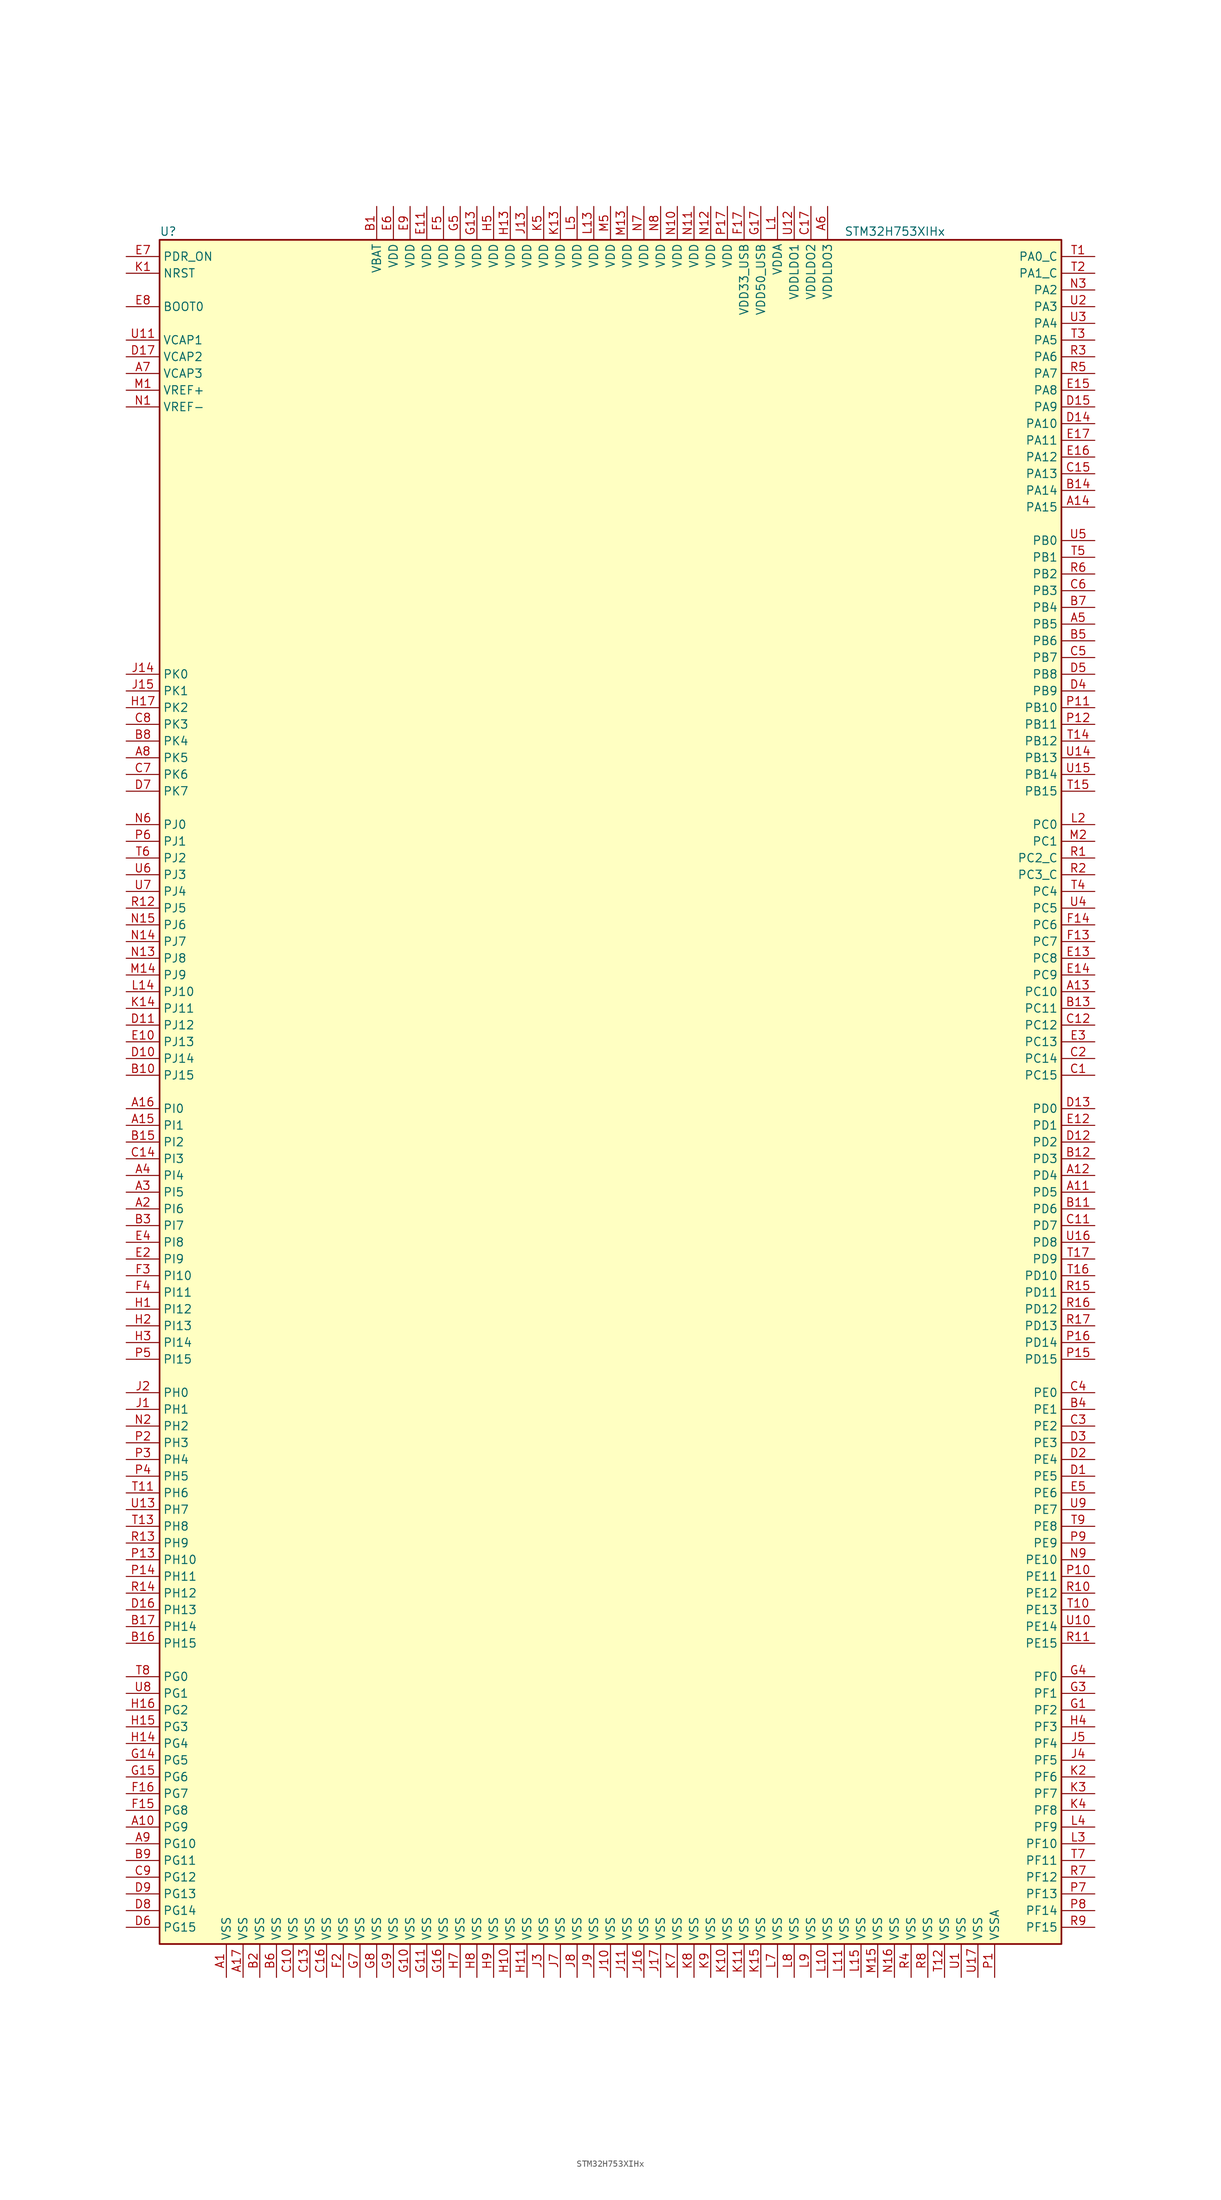
<source format=kicad_sym>
(kicad_symbol_lib
  (version 20211014)
  (generator kicad_symbol_editor)
  (symbol "STM32H753XIHx"
    (property "Reference" "U"
      (at -68.58 130.81 0)
      (effects (font (size 1.27 1.27)) (justify left)))
    (property "Value" "STM32H753XIHx"
      (at 35.56 130.81 0)
      (effects (font (size 1.27 1.27)) (justify left)))
    (symbol "STM32H753XIHx_0_1"
      (rectangle (start -68.58 -129.54) (end 68.58 129.54) (stroke (width 0.254) (type default) (color 0 0 0 0)) (fill (type background))))
    (symbol "STM32H753XIHx_1_1"
      (pin power_in line (at -58.42 -134.62 90) (length 5.08) (name "VSS" (effects (font (size 1.27 1.27)))) (number "A1" (effects (font (size 1.27 1.27)))))
      (pin bidirectional line (at -73.66 -111.76 0) (length 5.08) (name "PG9" (effects (font (size 1.27 1.27)))) (number "A10" (effects (font (size 1.27 1.27)))))
      (pin bidirectional line (at 73.66 -15.24 180) (length 5.08) (name "PD5" (effects (font (size 1.27 1.27)))) (number "A11" (effects (font (size 1.27 1.27)))))
      (pin bidirectional line (at 73.66 -12.7 180) (length 5.08) (name "PD4" (effects (font (size 1.27 1.27)))) (number "A12" (effects (font (size 1.27 1.27)))))
      (pin bidirectional line (at 73.66 15.24 180) (length 5.08) (name "PC10" (effects (font (size 1.27 1.27)))) (number "A13" (effects (font (size 1.27 1.27)))))
      (pin bidirectional line (at 73.66 88.9 180) (length 5.08) (name "PA15" (effects (font (size 1.27 1.27)))) (number "A14" (effects (font (size 1.27 1.27)))))
      (pin bidirectional line (at -73.66 -5.08 0) (length 5.08) (name "PI1" (effects (font (size 1.27 1.27)))) (number "A15" (effects (font (size 1.27 1.27)))))
      (pin bidirectional line (at -73.66 -2.54 0) (length 5.08) (name "PI0" (effects (font (size 1.27 1.27)))) (number "A16" (effects (font (size 1.27 1.27)))))
      (pin power_in line (at -55.88 -134.62 90) (length 5.08) (name "VSS" (effects (font (size 1.27 1.27)))) (number "A17" (effects (font (size 1.27 1.27)))))
      (pin bidirectional line (at -73.66 -17.78 0) (length 5.08) (name "PI6" (effects (font (size 1.27 1.27)))) (number "A2" (effects (font (size 1.27 1.27)))))
      (pin bidirectional line (at -73.66 -15.24 0) (length 5.08) (name "PI5" (effects (font (size 1.27 1.27)))) (number "A3" (effects (font (size 1.27 1.27)))))
      (pin bidirectional line (at -73.66 -12.7 0) (length 5.08) (name "PI4" (effects (font (size 1.27 1.27)))) (number "A4" (effects (font (size 1.27 1.27)))))
      (pin bidirectional line (at 73.66 71.12 180) (length 5.08) (name "PB5" (effects (font (size 1.27 1.27)))) (number "A5" (effects (font (size 1.27 1.27)))))
      (pin power_in line (at 33.02 134.62 270) (length 5.08) (name "VDDLDO3" (effects (font (size 1.27 1.27)))) (number "A6" (effects (font (size 1.27 1.27)))))
      (pin power_in line (at -73.66 109.22 0) (length 5.08) (name "VCAP3" (effects (font (size 1.27 1.27)))) (number "A7" (effects (font (size 1.27 1.27)))))
      (pin bidirectional line (at -73.66 50.8 0) (length 5.08) (name "PK5" (effects (font (size 1.27 1.27)))) (number "A8" (effects (font (size 1.27 1.27)))))
      (pin bidirectional line (at -73.66 -114.3 0) (length 5.08) (name "PG10" (effects (font (size 1.27 1.27)))) (number "A9" (effects (font (size 1.27 1.27)))))
      (pin power_in line (at -35.56 134.62 270) (length 5.08) (name "VBAT" (effects (font (size 1.27 1.27)))) (number "B1" (effects (font (size 1.27 1.27)))))
      (pin bidirectional line (at -73.66 2.54 0) (length 5.08) (name "PJ15" (effects (font (size 1.27 1.27)))) (number "B10" (effects (font (size 1.27 1.27)))))
      (pin bidirectional line (at 73.66 -17.78 180) (length 5.08) (name "PD6" (effects (font (size 1.27 1.27)))) (number "B11" (effects (font (size 1.27 1.27)))))
      (pin bidirectional line (at 73.66 -10.16 180) (length 5.08) (name "PD3" (effects (font (size 1.27 1.27)))) (number "B12" (effects (font (size 1.27 1.27)))))
      (pin bidirectional line (at 73.66 12.7 180) (length 5.08) (name "PC11" (effects (font (size 1.27 1.27)))) (number "B13" (effects (font (size 1.27 1.27)))))
      (pin bidirectional line (at 73.66 91.44 180) (length 5.08) (name "PA14" (effects (font (size 1.27 1.27)))) (number "B14" (effects (font (size 1.27 1.27)))))
      (pin bidirectional line (at -73.66 -7.62 0) (length 5.08) (name "PI2" (effects (font (size 1.27 1.27)))) (number "B15" (effects (font (size 1.27 1.27)))))
      (pin bidirectional line (at -73.66 -83.82 0) (length 5.08) (name "PH15" (effects (font (size 1.27 1.27)))) (number "B16" (effects (font (size 1.27 1.27)))))
      (pin bidirectional line (at -73.66 -81.28 0) (length 5.08) (name "PH14" (effects (font (size 1.27 1.27)))) (number "B17" (effects (font (size 1.27 1.27)))))
      (pin power_in line (at -53.34 -134.62 90) (length 5.08) (name "VSS" (effects (font (size 1.27 1.27)))) (number "B2" (effects (font (size 1.27 1.27)))))
      (pin bidirectional line (at -73.66 -20.32 0) (length 5.08) (name "PI7" (effects (font (size 1.27 1.27)))) (number "B3" (effects (font (size 1.27 1.27)))))
      (pin bidirectional line (at 73.66 -48.26 180) (length 5.08) (name "PE1" (effects (font (size 1.27 1.27)))) (number "B4" (effects (font (size 1.27 1.27)))))
      (pin bidirectional line (at 73.66 68.58 180) (length 5.08) (name "PB6" (effects (font (size 1.27 1.27)))) (number "B5" (effects (font (size 1.27 1.27)))))
      (pin power_in line (at -50.8 -134.62 90) (length 5.08) (name "VSS" (effects (font (size 1.27 1.27)))) (number "B6" (effects (font (size 1.27 1.27)))))
      (pin bidirectional line (at 73.66 73.66 180) (length 5.08) (name "PB4" (effects (font (size 1.27 1.27)))) (number "B7" (effects (font (size 1.27 1.27)))))
      (pin bidirectional line (at -73.66 53.34 0) (length 5.08) (name "PK4" (effects (font (size 1.27 1.27)))) (number "B8" (effects (font (size 1.27 1.27)))))
      (pin bidirectional line (at -73.66 -116.84 0) (length 5.08) (name "PG11" (effects (font (size 1.27 1.27)))) (number "B9" (effects (font (size 1.27 1.27)))))
      (pin bidirectional line (at 73.66 2.54 180) (length 5.08) (name "PC15" (effects (font (size 1.27 1.27)))) (number "C1" (effects (font (size 1.27 1.27)))))
      (pin power_in line (at -48.26 -134.62 90) (length 5.08) (name "VSS" (effects (font (size 1.27 1.27)))) (number "C10" (effects (font (size 1.27 1.27)))))
      (pin bidirectional line (at 73.66 -20.32 180) (length 5.08) (name "PD7" (effects (font (size 1.27 1.27)))) (number "C11" (effects (font (size 1.27 1.27)))))
      (pin bidirectional line (at 73.66 10.16 180) (length 5.08) (name "PC12" (effects (font (size 1.27 1.27)))) (number "C12" (effects (font (size 1.27 1.27)))))
      (pin power_in line (at -45.72 -134.62 90) (length 5.08) (name "VSS" (effects (font (size 1.27 1.27)))) (number "C13" (effects (font (size 1.27 1.27)))))
      (pin bidirectional line (at -73.66 -10.16 0) (length 5.08) (name "PI3" (effects (font (size 1.27 1.27)))) (number "C14" (effects (font (size 1.27 1.27)))))
      (pin bidirectional line (at 73.66 93.98 180) (length 5.08) (name "PA13" (effects (font (size 1.27 1.27)))) (number "C15" (effects (font (size 1.27 1.27)))))
      (pin power_in line (at -43.18 -134.62 90) (length 5.08) (name "VSS" (effects (font (size 1.27 1.27)))) (number "C16" (effects (font (size 1.27 1.27)))))
      (pin power_in line (at 30.48 134.62 270) (length 5.08) (name "VDDLDO2" (effects (font (size 1.27 1.27)))) (number "C17" (effects (font (size 1.27 1.27)))))
      (pin bidirectional line (at 73.66 5.08 180) (length 5.08) (name "PC14" (effects (font (size 1.27 1.27)))) (number "C2" (effects (font (size 1.27 1.27)))))
      (pin bidirectional line (at 73.66 -50.8 180) (length 5.08) (name "PE2" (effects (font (size 1.27 1.27)))) (number "C3" (effects (font (size 1.27 1.27)))))
      (pin bidirectional line (at 73.66 -45.72 180) (length 5.08) (name "PE0" (effects (font (size 1.27 1.27)))) (number "C4" (effects (font (size 1.27 1.27)))))
      (pin bidirectional line (at 73.66 66.04 180) (length 5.08) (name "PB7" (effects (font (size 1.27 1.27)))) (number "C5" (effects (font (size 1.27 1.27)))))
      (pin bidirectional line (at 73.66 76.2 180) (length 5.08) (name "PB3" (effects (font (size 1.27 1.27)))) (number "C6" (effects (font (size 1.27 1.27)))))
      (pin bidirectional line (at -73.66 48.26 0) (length 5.08) (name "PK6" (effects (font (size 1.27 1.27)))) (number "C7" (effects (font (size 1.27 1.27)))))
      (pin bidirectional line (at -73.66 55.88 0) (length 5.08) (name "PK3" (effects (font (size 1.27 1.27)))) (number "C8" (effects (font (size 1.27 1.27)))))
      (pin bidirectional line (at -73.66 -119.38 0) (length 5.08) (name "PG12" (effects (font (size 1.27 1.27)))) (number "C9" (effects (font (size 1.27 1.27)))))
      (pin bidirectional line (at 73.66 -58.42 180) (length 5.08) (name "PE5" (effects (font (size 1.27 1.27)))) (number "D1" (effects (font (size 1.27 1.27)))))
      (pin bidirectional line (at -73.66 5.08 0) (length 5.08) (name "PJ14" (effects (font (size 1.27 1.27)))) (number "D10" (effects (font (size 1.27 1.27)))))
      (pin bidirectional line (at -73.66 10.16 0) (length 5.08) (name "PJ12" (effects (font (size 1.27 1.27)))) (number "D11" (effects (font (size 1.27 1.27)))))
      (pin bidirectional line (at 73.66 -7.62 180) (length 5.08) (name "PD2" (effects (font (size 1.27 1.27)))) (number "D12" (effects (font (size 1.27 1.27)))))
      (pin bidirectional line (at 73.66 -2.54 180) (length 5.08) (name "PD0" (effects (font (size 1.27 1.27)))) (number "D13" (effects (font (size 1.27 1.27)))))
      (pin bidirectional line (at 73.66 101.6 180) (length 5.08) (name "PA10" (effects (font (size 1.27 1.27)))) (number "D14" (effects (font (size 1.27 1.27)))))
      (pin bidirectional line (at 73.66 104.14 180) (length 5.08) (name "PA9" (effects (font (size 1.27 1.27)))) (number "D15" (effects (font (size 1.27 1.27)))))
      (pin bidirectional line (at -73.66 -78.74 0) (length 5.08) (name "PH13" (effects (font (size 1.27 1.27)))) (number "D16" (effects (font (size 1.27 1.27)))))
      (pin power_in line (at -73.66 111.76 0) (length 5.08) (name "VCAP2" (effects (font (size 1.27 1.27)))) (number "D17" (effects (font (size 1.27 1.27)))))
      (pin bidirectional line (at 73.66 -55.88 180) (length 5.08) (name "PE4" (effects (font (size 1.27 1.27)))) (number "D2" (effects (font (size 1.27 1.27)))))
      (pin bidirectional line (at 73.66 -53.34 180) (length 5.08) (name "PE3" (effects (font (size 1.27 1.27)))) (number "D3" (effects (font (size 1.27 1.27)))))
      (pin bidirectional line (at 73.66 60.96 180) (length 5.08) (name "PB9" (effects (font (size 1.27 1.27)))) (number "D4" (effects (font (size 1.27 1.27)))))
      (pin bidirectional line (at 73.66 63.5 180) (length 5.08) (name "PB8" (effects (font (size 1.27 1.27)))) (number "D5" (effects (font (size 1.27 1.27)))))
      (pin bidirectional line (at -73.66 -127 0) (length 5.08) (name "PG15" (effects (font (size 1.27 1.27)))) (number "D6" (effects (font (size 1.27 1.27)))))
      (pin bidirectional line (at -73.66 45.72 0) (length 5.08) (name "PK7" (effects (font (size 1.27 1.27)))) (number "D7" (effects (font (size 1.27 1.27)))))
      (pin bidirectional line (at -73.66 -124.46 0) (length 5.08) (name "PG14" (effects (font (size 1.27 1.27)))) (number "D8" (effects (font (size 1.27 1.27)))))
      (pin bidirectional line (at -73.66 -121.92 0) (length 5.08) (name "PG13" (effects (font (size 1.27 1.27)))) (number "D9" (effects (font (size 1.27 1.27)))))
      (pin no_connect line (at -68.58 -127 0) (length 5.08) hide (name "NC" (effects (font (size 1.27 1.27)))) (number "E1" (effects (font (size 1.27 1.27)))))
      (pin bidirectional line (at -73.66 7.62 0) (length 5.08) (name "PJ13" (effects (font (size 1.27 1.27)))) (number "E10" (effects (font (size 1.27 1.27)))))
      (pin power_in line (at -27.94 134.62 270) (length 5.08) (name "VDD" (effects (font (size 1.27 1.27)))) (number "E11" (effects (font (size 1.27 1.27)))))
      (pin bidirectional line (at 73.66 -5.08 180) (length 5.08) (name "PD1" (effects (font (size 1.27 1.27)))) (number "E12" (effects (font (size 1.27 1.27)))))
      (pin bidirectional line (at 73.66 20.32 180) (length 5.08) (name "PC8" (effects (font (size 1.27 1.27)))) (number "E13" (effects (font (size 1.27 1.27)))))
      (pin bidirectional line (at 73.66 17.78 180) (length 5.08) (name "PC9" (effects (font (size 1.27 1.27)))) (number "E14" (effects (font (size 1.27 1.27)))))
      (pin bidirectional line (at 73.66 106.68 180) (length 5.08) (name "PA8" (effects (font (size 1.27 1.27)))) (number "E15" (effects (font (size 1.27 1.27)))))
      (pin bidirectional line (at 73.66 96.52 180) (length 5.08) (name "PA12" (effects (font (size 1.27 1.27)))) (number "E16" (effects (font (size 1.27 1.27)))))
      (pin bidirectional line (at 73.66 99.06 180) (length 5.08) (name "PA11" (effects (font (size 1.27 1.27)))) (number "E17" (effects (font (size 1.27 1.27)))))
      (pin bidirectional line (at -73.66 -25.4 0) (length 5.08) (name "PI9" (effects (font (size 1.27 1.27)))) (number "E2" (effects (font (size 1.27 1.27)))))
      (pin bidirectional line (at 73.66 7.62 180) (length 5.08) (name "PC13" (effects (font (size 1.27 1.27)))) (number "E3" (effects (font (size 1.27 1.27)))))
      (pin bidirectional line (at -73.66 -22.86 0) (length 5.08) (name "PI8" (effects (font (size 1.27 1.27)))) (number "E4" (effects (font (size 1.27 1.27)))))
      (pin bidirectional line (at 73.66 -60.96 180) (length 5.08) (name "PE6" (effects (font (size 1.27 1.27)))) (number "E5" (effects (font (size 1.27 1.27)))))
      (pin power_in line (at -33.02 134.62 270) (length 5.08) (name "VDD" (effects (font (size 1.27 1.27)))) (number "E6" (effects (font (size 1.27 1.27)))))
      (pin input line (at -73.66 127 0) (length 5.08) (name "PDR_ON" (effects (font (size 1.27 1.27)))) (number "E7" (effects (font (size 1.27 1.27)))))
      (pin input line (at -73.66 119.38 0) (length 5.08) (name "BOOT0" (effects (font (size 1.27 1.27)))) (number "E8" (effects (font (size 1.27 1.27)))))
      (pin power_in line (at -30.48 134.62 270) (length 5.08) (name "VDD" (effects (font (size 1.27 1.27)))) (number "E9" (effects (font (size 1.27 1.27)))))
      (pin no_connect line (at -68.58 -124.46 0) (length 5.08) hide (name "NC" (effects (font (size 1.27 1.27)))) (number "F1" (effects (font (size 1.27 1.27)))))
      (pin bidirectional line (at 73.66 22.86 180) (length 5.08) (name "PC7" (effects (font (size 1.27 1.27)))) (number "F13" (effects (font (size 1.27 1.27)))))
      (pin bidirectional line (at 73.66 25.4 180) (length 5.08) (name "PC6" (effects (font (size 1.27 1.27)))) (number "F14" (effects (font (size 1.27 1.27)))))
      (pin bidirectional line (at -73.66 -109.22 0) (length 5.08) (name "PG8" (effects (font (size 1.27 1.27)))) (number "F15" (effects (font (size 1.27 1.27)))))
      (pin bidirectional line (at -73.66 -106.68 0) (length 5.08) (name "PG7" (effects (font (size 1.27 1.27)))) (number "F16" (effects (font (size 1.27 1.27)))))
      (pin power_in line (at 20.32 134.62 270) (length 5.08) (name "VDD33_USB" (effects (font (size 1.27 1.27)))) (number "F17" (effects (font (size 1.27 1.27)))))
      (pin power_in line (at -40.64 -134.62 90) (length 5.08) (name "VSS" (effects (font (size 1.27 1.27)))) (number "F2" (effects (font (size 1.27 1.27)))))
      (pin bidirectional line (at -73.66 -27.94 0) (length 5.08) (name "PI10" (effects (font (size 1.27 1.27)))) (number "F3" (effects (font (size 1.27 1.27)))))
      (pin bidirectional line (at -73.66 -30.48 0) (length 5.08) (name "PI11" (effects (font (size 1.27 1.27)))) (number "F4" (effects (font (size 1.27 1.27)))))
      (pin power_in line (at -25.4 134.62 270) (length 5.08) (name "VDD" (effects (font (size 1.27 1.27)))) (number "F5" (effects (font (size 1.27 1.27)))))
      (pin bidirectional line (at 73.66 -93.98 180) (length 5.08) (name "PF2" (effects (font (size 1.27 1.27)))) (number "G1" (effects (font (size 1.27 1.27)))))
      (pin power_in line (at -30.48 -134.62 90) (length 5.08) (name "VSS" (effects (font (size 1.27 1.27)))) (number "G10" (effects (font (size 1.27 1.27)))))
      (pin power_in line (at -27.94 -134.62 90) (length 5.08) (name "VSS" (effects (font (size 1.27 1.27)))) (number "G11" (effects (font (size 1.27 1.27)))))
      (pin power_in line (at -20.32 134.62 270) (length 5.08) (name "VDD" (effects (font (size 1.27 1.27)))) (number "G13" (effects (font (size 1.27 1.27)))))
      (pin bidirectional line (at -73.66 -101.6 0) (length 5.08) (name "PG5" (effects (font (size 1.27 1.27)))) (number "G14" (effects (font (size 1.27 1.27)))))
      (pin bidirectional line (at -73.66 -104.14 0) (length 5.08) (name "PG6" (effects (font (size 1.27 1.27)))) (number "G15" (effects (font (size 1.27 1.27)))))
      (pin power_in line (at -25.4 -134.62 90) (length 5.08) (name "VSS" (effects (font (size 1.27 1.27)))) (number "G16" (effects (font (size 1.27 1.27)))))
      (pin power_in line (at 22.86 134.62 270) (length 5.08) (name "VDD50_USB" (effects (font (size 1.27 1.27)))) (number "G17" (effects (font (size 1.27 1.27)))))
      (pin no_connect line (at -68.58 -121.92 0) (length 5.08) hide (name "NC" (effects (font (size 1.27 1.27)))) (number "G2" (effects (font (size 1.27 1.27)))))
      (pin bidirectional line (at 73.66 -91.44 180) (length 5.08) (name "PF1" (effects (font (size 1.27 1.27)))) (number "G3" (effects (font (size 1.27 1.27)))))
      (pin bidirectional line (at 73.66 -88.9 180) (length 5.08) (name "PF0" (effects (font (size 1.27 1.27)))) (number "G4" (effects (font (size 1.27 1.27)))))
      (pin power_in line (at -22.86 134.62 270) (length 5.08) (name "VDD" (effects (font (size 1.27 1.27)))) (number "G5" (effects (font (size 1.27 1.27)))))
      (pin power_in line (at -38.1 -134.62 90) (length 5.08) (name "VSS" (effects (font (size 1.27 1.27)))) (number "G7" (effects (font (size 1.27 1.27)))))
      (pin power_in line (at -35.56 -134.62 90) (length 5.08) (name "VSS" (effects (font (size 1.27 1.27)))) (number "G8" (effects (font (size 1.27 1.27)))))
      (pin power_in line (at -33.02 -134.62 90) (length 5.08) (name "VSS" (effects (font (size 1.27 1.27)))) (number "G9" (effects (font (size 1.27 1.27)))))
      (pin bidirectional line (at -73.66 -33.02 0) (length 5.08) (name "PI12" (effects (font (size 1.27 1.27)))) (number "H1" (effects (font (size 1.27 1.27)))))
      (pin power_in line (at -15.24 -134.62 90) (length 5.08) (name "VSS" (effects (font (size 1.27 1.27)))) (number "H10" (effects (font (size 1.27 1.27)))))
      (pin power_in line (at -12.7 -134.62 90) (length 5.08) (name "VSS" (effects (font (size 1.27 1.27)))) (number "H11" (effects (font (size 1.27 1.27)))))
      (pin power_in line (at -15.24 134.62 270) (length 5.08) (name "VDD" (effects (font (size 1.27 1.27)))) (number "H13" (effects (font (size 1.27 1.27)))))
      (pin bidirectional line (at -73.66 -99.06 0) (length 5.08) (name "PG4" (effects (font (size 1.27 1.27)))) (number "H14" (effects (font (size 1.27 1.27)))))
      (pin bidirectional line (at -73.66 -96.52 0) (length 5.08) (name "PG3" (effects (font (size 1.27 1.27)))) (number "H15" (effects (font (size 1.27 1.27)))))
      (pin bidirectional line (at -73.66 -93.98 0) (length 5.08) (name "PG2" (effects (font (size 1.27 1.27)))) (number "H16" (effects (font (size 1.27 1.27)))))
      (pin bidirectional line (at -73.66 58.42 0) (length 5.08) (name "PK2" (effects (font (size 1.27 1.27)))) (number "H17" (effects (font (size 1.27 1.27)))))
      (pin bidirectional line (at -73.66 -35.56 0) (length 5.08) (name "PI13" (effects (font (size 1.27 1.27)))) (number "H2" (effects (font (size 1.27 1.27)))))
      (pin bidirectional line (at -73.66 -38.1 0) (length 5.08) (name "PI14" (effects (font (size 1.27 1.27)))) (number "H3" (effects (font (size 1.27 1.27)))))
      (pin bidirectional line (at 73.66 -96.52 180) (length 5.08) (name "PF3" (effects (font (size 1.27 1.27)))) (number "H4" (effects (font (size 1.27 1.27)))))
      (pin power_in line (at -17.78 134.62 270) (length 5.08) (name "VDD" (effects (font (size 1.27 1.27)))) (number "H5" (effects (font (size 1.27 1.27)))))
      (pin power_in line (at -22.86 -134.62 90) (length 5.08) (name "VSS" (effects (font (size 1.27 1.27)))) (number "H7" (effects (font (size 1.27 1.27)))))
      (pin power_in line (at -20.32 -134.62 90) (length 5.08) (name "VSS" (effects (font (size 1.27 1.27)))) (number "H8" (effects (font (size 1.27 1.27)))))
      (pin power_in line (at -17.78 -134.62 90) (length 5.08) (name "VSS" (effects (font (size 1.27 1.27)))) (number "H9" (effects (font (size 1.27 1.27)))))
      (pin input line (at -73.66 -48.26 0) (length 5.08) (name "PH1" (effects (font (size 1.27 1.27)))) (number "J1" (effects (font (size 1.27 1.27)))))
      (pin power_in line (at 0 -134.62 90) (length 5.08) (name "VSS" (effects (font (size 1.27 1.27)))) (number "J10" (effects (font (size 1.27 1.27)))))
      (pin power_in line (at 2.54 -134.62 90) (length 5.08) (name "VSS" (effects (font (size 1.27 1.27)))) (number "J11" (effects (font (size 1.27 1.27)))))
      (pin power_in line (at -12.7 134.62 270) (length 5.08) (name "VDD" (effects (font (size 1.27 1.27)))) (number "J13" (effects (font (size 1.27 1.27)))))
      (pin bidirectional line (at -73.66 63.5 0) (length 5.08) (name "PK0" (effects (font (size 1.27 1.27)))) (number "J14" (effects (font (size 1.27 1.27)))))
      (pin bidirectional line (at -73.66 60.96 0) (length 5.08) (name "PK1" (effects (font (size 1.27 1.27)))) (number "J15" (effects (font (size 1.27 1.27)))))
      (pin power_in line (at 5.08 -134.62 90) (length 5.08) (name "VSS" (effects (font (size 1.27 1.27)))) (number "J16" (effects (font (size 1.27 1.27)))))
      (pin power_in line (at 7.62 -134.62 90) (length 5.08) (name "VSS" (effects (font (size 1.27 1.27)))) (number "J17" (effects (font (size 1.27 1.27)))))
      (pin input line (at -73.66 -45.72 0) (length 5.08) (name "PH0" (effects (font (size 1.27 1.27)))) (number "J2" (effects (font (size 1.27 1.27)))))
      (pin power_in line (at -10.16 -134.62 90) (length 5.08) (name "VSS" (effects (font (size 1.27 1.27)))) (number "J3" (effects (font (size 1.27 1.27)))))
      (pin bidirectional line (at 73.66 -101.6 180) (length 5.08) (name "PF5" (effects (font (size 1.27 1.27)))) (number "J4" (effects (font (size 1.27 1.27)))))
      (pin bidirectional line (at 73.66 -99.06 180) (length 5.08) (name "PF4" (effects (font (size 1.27 1.27)))) (number "J5" (effects (font (size 1.27 1.27)))))
      (pin power_in line (at -7.62 -134.62 90) (length 5.08) (name "VSS" (effects (font (size 1.27 1.27)))) (number "J7" (effects (font (size 1.27 1.27)))))
      (pin power_in line (at -5.08 -134.62 90) (length 5.08) (name "VSS" (effects (font (size 1.27 1.27)))) (number "J8" (effects (font (size 1.27 1.27)))))
      (pin power_in line (at -2.54 -134.62 90) (length 5.08) (name "VSS" (effects (font (size 1.27 1.27)))) (number "J9" (effects (font (size 1.27 1.27)))))
      (pin input line (at -73.66 124.46 0) (length 5.08) (name "NRST" (effects (font (size 1.27 1.27)))) (number "K1" (effects (font (size 1.27 1.27)))))
      (pin power_in line (at 17.78 -134.62 90) (length 5.08) (name "VSS" (effects (font (size 1.27 1.27)))) (number "K10" (effects (font (size 1.27 1.27)))))
      (pin power_in line (at 20.32 -134.62 90) (length 5.08) (name "VSS" (effects (font (size 1.27 1.27)))) (number "K11" (effects (font (size 1.27 1.27)))))
      (pin power_in line (at -7.62 134.62 270) (length 5.08) (name "VDD" (effects (font (size 1.27 1.27)))) (number "K13" (effects (font (size 1.27 1.27)))))
      (pin bidirectional line (at -73.66 12.7 0) (length 5.08) (name "PJ11" (effects (font (size 1.27 1.27)))) (number "K14" (effects (font (size 1.27 1.27)))))
      (pin power_in line (at 22.86 -134.62 90) (length 5.08) (name "VSS" (effects (font (size 1.27 1.27)))) (number "K15" (effects (font (size 1.27 1.27)))))
      (pin no_connect line (at -68.58 -119.38 0) (length 5.08) hide (name "NC" (effects (font (size 1.27 1.27)))) (number "K16" (effects (font (size 1.27 1.27)))))
      (pin no_connect line (at -68.58 -116.84 0) (length 5.08) hide (name "NC" (effects (font (size 1.27 1.27)))) (number "K17" (effects (font (size 1.27 1.27)))))
      (pin bidirectional line (at 73.66 -104.14 180) (length 5.08) (name "PF6" (effects (font (size 1.27 1.27)))) (number "K2" (effects (font (size 1.27 1.27)))))
      (pin bidirectional line (at 73.66 -106.68 180) (length 5.08) (name "PF7" (effects (font (size 1.27 1.27)))) (number "K3" (effects (font (size 1.27 1.27)))))
      (pin bidirectional line (at 73.66 -109.22 180) (length 5.08) (name "PF8" (effects (font (size 1.27 1.27)))) (number "K4" (effects (font (size 1.27 1.27)))))
      (pin power_in line (at -10.16 134.62 270) (length 5.08) (name "VDD" (effects (font (size 1.27 1.27)))) (number "K5" (effects (font (size 1.27 1.27)))))
      (pin power_in line (at 10.16 -134.62 90) (length 5.08) (name "VSS" (effects (font (size 1.27 1.27)))) (number "K7" (effects (font (size 1.27 1.27)))))
      (pin power_in line (at 12.7 -134.62 90) (length 5.08) (name "VSS" (effects (font (size 1.27 1.27)))) (number "K8" (effects (font (size 1.27 1.27)))))
      (pin power_in line (at 15.24 -134.62 90) (length 5.08) (name "VSS" (effects (font (size 1.27 1.27)))) (number "K9" (effects (font (size 1.27 1.27)))))
      (pin power_in line (at 25.4 134.62 270) (length 5.08) (name "VDDA" (effects (font (size 1.27 1.27)))) (number "L1" (effects (font (size 1.27 1.27)))))
      (pin power_in line (at 33.02 -134.62 90) (length 5.08) (name "VSS" (effects (font (size 1.27 1.27)))) (number "L10" (effects (font (size 1.27 1.27)))))
      (pin power_in line (at 35.56 -134.62 90) (length 5.08) (name "VSS" (effects (font (size 1.27 1.27)))) (number "L11" (effects (font (size 1.27 1.27)))))
      (pin power_in line (at -2.54 134.62 270) (length 5.08) (name "VDD" (effects (font (size 1.27 1.27)))) (number "L13" (effects (font (size 1.27 1.27)))))
      (pin bidirectional line (at -73.66 15.24 0) (length 5.08) (name "PJ10" (effects (font (size 1.27 1.27)))) (number "L14" (effects (font (size 1.27 1.27)))))
      (pin power_in line (at 38.1 -134.62 90) (length 5.08) (name "VSS" (effects (font (size 1.27 1.27)))) (number "L15" (effects (font (size 1.27 1.27)))))
      (pin no_connect line (at -68.58 -114.3 0) (length 5.08) hide (name "NC" (effects (font (size 1.27 1.27)))) (number "L16" (effects (font (size 1.27 1.27)))))
      (pin no_connect line (at -68.58 -111.76 0) (length 5.08) hide (name "NC" (effects (font (size 1.27 1.27)))) (number "L17" (effects (font (size 1.27 1.27)))))
      (pin bidirectional line (at 73.66 40.64 180) (length 5.08) (name "PC0" (effects (font (size 1.27 1.27)))) (number "L2" (effects (font (size 1.27 1.27)))))
      (pin bidirectional line (at 73.66 -114.3 180) (length 5.08) (name "PF10" (effects (font (size 1.27 1.27)))) (number "L3" (effects (font (size 1.27 1.27)))))
      (pin bidirectional line (at 73.66 -111.76 180) (length 5.08) (name "PF9" (effects (font (size 1.27 1.27)))) (number "L4" (effects (font (size 1.27 1.27)))))
      (pin power_in line (at -5.08 134.62 270) (length 5.08) (name "VDD" (effects (font (size 1.27 1.27)))) (number "L5" (effects (font (size 1.27 1.27)))))
      (pin power_in line (at 25.4 -134.62 90) (length 5.08) (name "VSS" (effects (font (size 1.27 1.27)))) (number "L7" (effects (font (size 1.27 1.27)))))
      (pin power_in line (at 27.94 -134.62 90) (length 5.08) (name "VSS" (effects (font (size 1.27 1.27)))) (number "L8" (effects (font (size 1.27 1.27)))))
      (pin power_in line (at 30.48 -134.62 90) (length 5.08) (name "VSS" (effects (font (size 1.27 1.27)))) (number "L9" (effects (font (size 1.27 1.27)))))
      (pin bidirectional line (at -73.66 106.68 0) (length 5.08) (name "VREF+" (effects (font (size 1.27 1.27)))) (number "M1" (effects (font (size 1.27 1.27)))))
      (pin power_in line (at 2.54 134.62 270) (length 5.08) (name "VDD" (effects (font (size 1.27 1.27)))) (number "M13" (effects (font (size 1.27 1.27)))))
      (pin bidirectional line (at -73.66 17.78 0) (length 5.08) (name "PJ9" (effects (font (size 1.27 1.27)))) (number "M14" (effects (font (size 1.27 1.27)))))
      (pin power_in line (at 40.64 -134.62 90) (length 5.08) (name "VSS" (effects (font (size 1.27 1.27)))) (number "M15" (effects (font (size 1.27 1.27)))))
      (pin no_connect line (at -68.58 -109.22 0) (length 5.08) hide (name "NC" (effects (font (size 1.27 1.27)))) (number "M16" (effects (font (size 1.27 1.27)))))
      (pin no_connect line (at -68.58 -106.68 0) (length 5.08) hide (name "NC" (effects (font (size 1.27 1.27)))) (number "M17" (effects (font (size 1.27 1.27)))))
      (pin bidirectional line (at 73.66 38.1 180) (length 5.08) (name "PC1" (effects (font (size 1.27 1.27)))) (number "M2" (effects (font (size 1.27 1.27)))))
      (pin power_in line (at 0 134.62 270) (length 5.08) (name "VDD" (effects (font (size 1.27 1.27)))) (number "M5" (effects (font (size 1.27 1.27)))))
      (pin power_in line (at -73.66 104.14 0) (length 5.08) (name "VREF-" (effects (font (size 1.27 1.27)))) (number "N1" (effects (font (size 1.27 1.27)))))
      (pin power_in line (at 10.16 134.62 270) (length 5.08) (name "VDD" (effects (font (size 1.27 1.27)))) (number "N10" (effects (font (size 1.27 1.27)))))
      (pin power_in line (at 12.7 134.62 270) (length 5.08) (name "VDD" (effects (font (size 1.27 1.27)))) (number "N11" (effects (font (size 1.27 1.27)))))
      (pin power_in line (at 15.24 134.62 270) (length 5.08) (name "VDD" (effects (font (size 1.27 1.27)))) (number "N12" (effects (font (size 1.27 1.27)))))
      (pin bidirectional line (at -73.66 20.32 0) (length 5.08) (name "PJ8" (effects (font (size 1.27 1.27)))) (number "N13" (effects (font (size 1.27 1.27)))))
      (pin bidirectional line (at -73.66 22.86 0) (length 5.08) (name "PJ7" (effects (font (size 1.27 1.27)))) (number "N14" (effects (font (size 1.27 1.27)))))
      (pin bidirectional line (at -73.66 25.4 0) (length 5.08) (name "PJ6" (effects (font (size 1.27 1.27)))) (number "N15" (effects (font (size 1.27 1.27)))))
      (pin power_in line (at 43.18 -134.62 90) (length 5.08) (name "VSS" (effects (font (size 1.27 1.27)))) (number "N16" (effects (font (size 1.27 1.27)))))
      (pin no_connect line (at -68.58 -104.14 0) (length 5.08) hide (name "NC" (effects (font (size 1.27 1.27)))) (number "N17" (effects (font (size 1.27 1.27)))))
      (pin bidirectional line (at -73.66 -50.8 0) (length 5.08) (name "PH2" (effects (font (size 1.27 1.27)))) (number "N2" (effects (font (size 1.27 1.27)))))
      (pin bidirectional line (at 73.66 121.92 180) (length 5.08) (name "PA2" (effects (font (size 1.27 1.27)))) (number "N3" (effects (font (size 1.27 1.27)))))
      (pin bidirectional line (at -73.66 40.64 0) (length 5.08) (name "PJ0" (effects (font (size 1.27 1.27)))) (number "N6" (effects (font (size 1.27 1.27)))))
      (pin power_in line (at 5.08 134.62 270) (length 5.08) (name "VDD" (effects (font (size 1.27 1.27)))) (number "N7" (effects (font (size 1.27 1.27)))))
      (pin power_in line (at 7.62 134.62 270) (length 5.08) (name "VDD" (effects (font (size 1.27 1.27)))) (number "N8" (effects (font (size 1.27 1.27)))))
      (pin bidirectional line (at 73.66 -71.12 180) (length 5.08) (name "PE10" (effects (font (size 1.27 1.27)))) (number "N9" (effects (font (size 1.27 1.27)))))
      (pin power_in line (at 58.42 -134.62 90) (length 5.08) (name "VSSA" (effects (font (size 1.27 1.27)))) (number "P1" (effects (font (size 1.27 1.27)))))
      (pin bidirectional line (at 73.66 -73.66 180) (length 5.08) (name "PE11" (effects (font (size 1.27 1.27)))) (number "P10" (effects (font (size 1.27 1.27)))))
      (pin bidirectional line (at 73.66 58.42 180) (length 5.08) (name "PB10" (effects (font (size 1.27 1.27)))) (number "P11" (effects (font (size 1.27 1.27)))))
      (pin bidirectional line (at 73.66 55.88 180) (length 5.08) (name "PB11" (effects (font (size 1.27 1.27)))) (number "P12" (effects (font (size 1.27 1.27)))))
      (pin bidirectional line (at -73.66 -71.12 0) (length 5.08) (name "PH10" (effects (font (size 1.27 1.27)))) (number "P13" (effects (font (size 1.27 1.27)))))
      (pin bidirectional line (at -73.66 -73.66 0) (length 5.08) (name "PH11" (effects (font (size 1.27 1.27)))) (number "P14" (effects (font (size 1.27 1.27)))))
      (pin bidirectional line (at 73.66 -40.64 180) (length 5.08) (name "PD15" (effects (font (size 1.27 1.27)))) (number "P15" (effects (font (size 1.27 1.27)))))
      (pin bidirectional line (at 73.66 -38.1 180) (length 5.08) (name "PD14" (effects (font (size 1.27 1.27)))) (number "P16" (effects (font (size 1.27 1.27)))))
      (pin power_in line (at 17.78 134.62 270) (length 5.08) (name "VDD" (effects (font (size 1.27 1.27)))) (number "P17" (effects (font (size 1.27 1.27)))))
      (pin bidirectional line (at -73.66 -53.34 0) (length 5.08) (name "PH3" (effects (font (size 1.27 1.27)))) (number "P2" (effects (font (size 1.27 1.27)))))
      (pin bidirectional line (at -73.66 -55.88 0) (length 5.08) (name "PH4" (effects (font (size 1.27 1.27)))) (number "P3" (effects (font (size 1.27 1.27)))))
      (pin bidirectional line (at -73.66 -58.42 0) (length 5.08) (name "PH5" (effects (font (size 1.27 1.27)))) (number "P4" (effects (font (size 1.27 1.27)))))
      (pin bidirectional line (at -73.66 -40.64 0) (length 5.08) (name "PI15" (effects (font (size 1.27 1.27)))) (number "P5" (effects (font (size 1.27 1.27)))))
      (pin bidirectional line (at -73.66 38.1 0) (length 5.08) (name "PJ1" (effects (font (size 1.27 1.27)))) (number "P6" (effects (font (size 1.27 1.27)))))
      (pin bidirectional line (at 73.66 -121.92 180) (length 5.08) (name "PF13" (effects (font (size 1.27 1.27)))) (number "P7" (effects (font (size 1.27 1.27)))))
      (pin bidirectional line (at 73.66 -124.46 180) (length 5.08) (name "PF14" (effects (font (size 1.27 1.27)))) (number "P8" (effects (font (size 1.27 1.27)))))
      (pin bidirectional line (at 73.66 -68.58 180) (length 5.08) (name "PE9" (effects (font (size 1.27 1.27)))) (number "P9" (effects (font (size 1.27 1.27)))))
      (pin bidirectional line (at 73.66 35.56 180) (length 5.08) (name "PC2_C" (effects (font (size 1.27 1.27)))) (number "R1" (effects (font (size 1.27 1.27)))))
      (pin bidirectional line (at 73.66 -76.2 180) (length 5.08) (name "PE12" (effects (font (size 1.27 1.27)))) (number "R10" (effects (font (size 1.27 1.27)))))
      (pin bidirectional line (at 73.66 -83.82 180) (length 5.08) (name "PE15" (effects (font (size 1.27 1.27)))) (number "R11" (effects (font (size 1.27 1.27)))))
      (pin bidirectional line (at -73.66 27.94 0) (length 5.08) (name "PJ5" (effects (font (size 1.27 1.27)))) (number "R12" (effects (font (size 1.27 1.27)))))
      (pin bidirectional line (at -73.66 -68.58 0) (length 5.08) (name "PH9" (effects (font (size 1.27 1.27)))) (number "R13" (effects (font (size 1.27 1.27)))))
      (pin bidirectional line (at -73.66 -76.2 0) (length 5.08) (name "PH12" (effects (font (size 1.27 1.27)))) (number "R14" (effects (font (size 1.27 1.27)))))
      (pin bidirectional line (at 73.66 -30.48 180) (length 5.08) (name "PD11" (effects (font (size 1.27 1.27)))) (number "R15" (effects (font (size 1.27 1.27)))))
      (pin bidirectional line (at 73.66 -33.02 180) (length 5.08) (name "PD12" (effects (font (size 1.27 1.27)))) (number "R16" (effects (font (size 1.27 1.27)))))
      (pin bidirectional line (at 73.66 -35.56 180) (length 5.08) (name "PD13" (effects (font (size 1.27 1.27)))) (number "R17" (effects (font (size 1.27 1.27)))))
      (pin bidirectional line (at 73.66 33.02 180) (length 5.08) (name "PC3_C" (effects (font (size 1.27 1.27)))) (number "R2" (effects (font (size 1.27 1.27)))))
      (pin bidirectional line (at 73.66 111.76 180) (length 5.08) (name "PA6" (effects (font (size 1.27 1.27)))) (number "R3" (effects (font (size 1.27 1.27)))))
      (pin power_in line (at 45.72 -134.62 90) (length 5.08) (name "VSS" (effects (font (size 1.27 1.27)))) (number "R4" (effects (font (size 1.27 1.27)))))
      (pin bidirectional line (at 73.66 109.22 180) (length 5.08) (name "PA7" (effects (font (size 1.27 1.27)))) (number "R5" (effects (font (size 1.27 1.27)))))
      (pin bidirectional line (at 73.66 78.74 180) (length 5.08) (name "PB2" (effects (font (size 1.27 1.27)))) (number "R6" (effects (font (size 1.27 1.27)))))
      (pin bidirectional line (at 73.66 -119.38 180) (length 5.08) (name "PF12" (effects (font (size 1.27 1.27)))) (number "R7" (effects (font (size 1.27 1.27)))))
      (pin power_in line (at 48.26 -134.62 90) (length 5.08) (name "VSS" (effects (font (size 1.27 1.27)))) (number "R8" (effects (font (size 1.27 1.27)))))
      (pin bidirectional line (at 73.66 -127 180) (length 5.08) (name "PF15" (effects (font (size 1.27 1.27)))) (number "R9" (effects (font (size 1.27 1.27)))))
      (pin bidirectional line (at 73.66 127 180) (length 5.08) (name "PA0_C" (effects (font (size 1.27 1.27)))) (number "T1" (effects (font (size 1.27 1.27)))))
      (pin bidirectional line (at 73.66 -78.74 180) (length 5.08) (name "PE13" (effects (font (size 1.27 1.27)))) (number "T10" (effects (font (size 1.27 1.27)))))
      (pin bidirectional line (at -73.66 -60.96 0) (length 5.08) (name "PH6" (effects (font (size 1.27 1.27)))) (number "T11" (effects (font (size 1.27 1.27)))))
      (pin power_in line (at 50.8 -134.62 90) (length 5.08) (name "VSS" (effects (font (size 1.27 1.27)))) (number "T12" (effects (font (size 1.27 1.27)))))
      (pin bidirectional line (at -73.66 -66.04 0) (length 5.08) (name "PH8" (effects (font (size 1.27 1.27)))) (number "T13" (effects (font (size 1.27 1.27)))))
      (pin bidirectional line (at 73.66 53.34 180) (length 5.08) (name "PB12" (effects (font (size 1.27 1.27)))) (number "T14" (effects (font (size 1.27 1.27)))))
      (pin bidirectional line (at 73.66 45.72 180) (length 5.08) (name "PB15" (effects (font (size 1.27 1.27)))) (number "T15" (effects (font (size 1.27 1.27)))))
      (pin bidirectional line (at 73.66 -27.94 180) (length 5.08) (name "PD10" (effects (font (size 1.27 1.27)))) (number "T16" (effects (font (size 1.27 1.27)))))
      (pin bidirectional line (at 73.66 -25.4 180) (length 5.08) (name "PD9" (effects (font (size 1.27 1.27)))) (number "T17" (effects (font (size 1.27 1.27)))))
      (pin bidirectional line (at 73.66 124.46 180) (length 5.08) (name "PA1_C" (effects (font (size 1.27 1.27)))) (number "T2" (effects (font (size 1.27 1.27)))))
      (pin bidirectional line (at 73.66 114.3 180) (length 5.08) (name "PA5" (effects (font (size 1.27 1.27)))) (number "T3" (effects (font (size 1.27 1.27)))))
      (pin bidirectional line (at 73.66 30.48 180) (length 5.08) (name "PC4" (effects (font (size 1.27 1.27)))) (number "T4" (effects (font (size 1.27 1.27)))))
      (pin bidirectional line (at 73.66 81.28 180) (length 5.08) (name "PB1" (effects (font (size 1.27 1.27)))) (number "T5" (effects (font (size 1.27 1.27)))))
      (pin bidirectional line (at -73.66 35.56 0) (length 5.08) (name "PJ2" (effects (font (size 1.27 1.27)))) (number "T6" (effects (font (size 1.27 1.27)))))
      (pin bidirectional line (at 73.66 -116.84 180) (length 5.08) (name "PF11" (effects (font (size 1.27 1.27)))) (number "T7" (effects (font (size 1.27 1.27)))))
      (pin bidirectional line (at -73.66 -88.9 0) (length 5.08) (name "PG0" (effects (font (size 1.27 1.27)))) (number "T8" (effects (font (size 1.27 1.27)))))
      (pin bidirectional line (at 73.66 -66.04 180) (length 5.08) (name "PE8" (effects (font (size 1.27 1.27)))) (number "T9" (effects (font (size 1.27 1.27)))))
      (pin power_in line (at 53.34 -134.62 90) (length 5.08) (name "VSS" (effects (font (size 1.27 1.27)))) (number "U1" (effects (font (size 1.27 1.27)))))
      (pin bidirectional line (at 73.66 -81.28 180) (length 5.08) (name "PE14" (effects (font (size 1.27 1.27)))) (number "U10" (effects (font (size 1.27 1.27)))))
      (pin power_in line (at -73.66 114.3 0) (length 5.08) (name "VCAP1" (effects (font (size 1.27 1.27)))) (number "U11" (effects (font (size 1.27 1.27)))))
      (pin power_in line (at 27.94 134.62 270) (length 5.08) (name "VDDLDO1" (effects (font (size 1.27 1.27)))) (number "U12" (effects (font (size 1.27 1.27)))))
      (pin bidirectional line (at -73.66 -63.5 0) (length 5.08) (name "PH7" (effects (font (size 1.27 1.27)))) (number "U13" (effects (font (size 1.27 1.27)))))
      (pin bidirectional line (at 73.66 50.8 180) (length 5.08) (name "PB13" (effects (font (size 1.27 1.27)))) (number "U14" (effects (font (size 1.27 1.27)))))
      (pin bidirectional line (at 73.66 48.26 180) (length 5.08) (name "PB14" (effects (font (size 1.27 1.27)))) (number "U15" (effects (font (size 1.27 1.27)))))
      (pin bidirectional line (at 73.66 -22.86 180) (length 5.08) (name "PD8" (effects (font (size 1.27 1.27)))) (number "U16" (effects (font (size 1.27 1.27)))))
      (pin power_in line (at 55.88 -134.62 90) (length 5.08) (name "VSS" (effects (font (size 1.27 1.27)))) (number "U17" (effects (font (size 1.27 1.27)))))
      (pin bidirectional line (at 73.66 119.38 180) (length 5.08) (name "PA3" (effects (font (size 1.27 1.27)))) (number "U2" (effects (font (size 1.27 1.27)))))
      (pin bidirectional line (at 73.66 116.84 180) (length 5.08) (name "PA4" (effects (font (size 1.27 1.27)))) (number "U3" (effects (font (size 1.27 1.27)))))
      (pin bidirectional line (at 73.66 27.94 180) (length 5.08) (name "PC5" (effects (font (size 1.27 1.27)))) (number "U4" (effects (font (size 1.27 1.27)))))
      (pin bidirectional line (at 73.66 83.82 180) (length 5.08) (name "PB0" (effects (font (size 1.27 1.27)))) (number "U5" (effects (font (size 1.27 1.27)))))
      (pin bidirectional line (at -73.66 33.02 0) (length 5.08) (name "PJ3" (effects (font (size 1.27 1.27)))) (number "U6" (effects (font (size 1.27 1.27)))))
      (pin bidirectional line (at -73.66 30.48 0) (length 5.08) (name "PJ4" (effects (font (size 1.27 1.27)))) (number "U7" (effects (font (size 1.27 1.27)))))
      (pin bidirectional line (at -73.66 -91.44 0) (length 5.08) (name "PG1" (effects (font (size 1.27 1.27)))) (number "U8" (effects (font (size 1.27 1.27)))))
      (pin bidirectional line (at 73.66 -63.5 180) (length 5.08) (name "PE7" (effects (font (size 1.27 1.27)))) (number "U9" (effects (font (size 1.27 1.27))))))))
</source>
